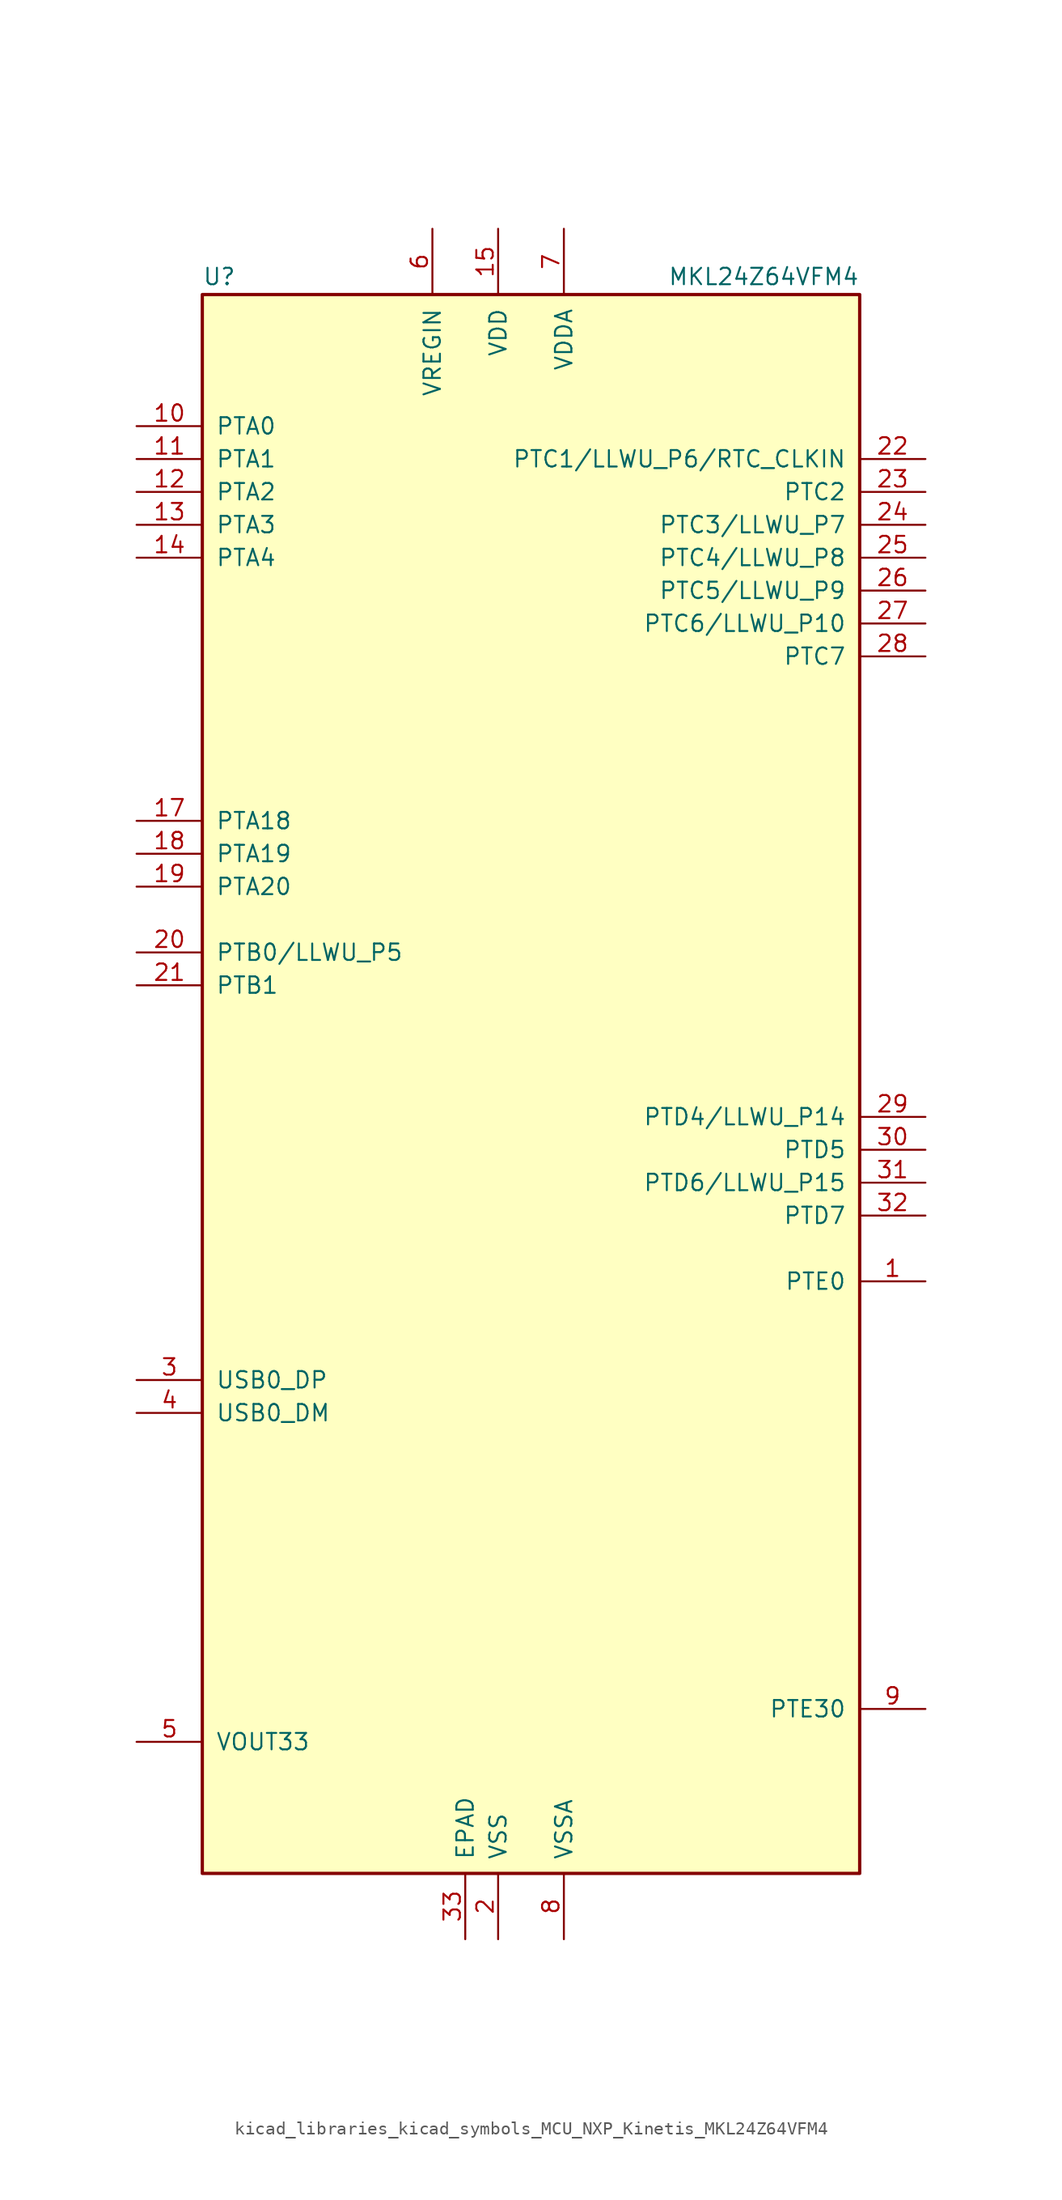
<source format=kicad_sym>
(kicad_symbol_lib
  (version 20220914)
  (generator kicad_symbol_editor)
  (symbol "kicad_libraries_kicad_symbols_MCU_NXP_Kinetis_MKL24Z64VFM4"
    (pin_names
      (offset 1.016))
    (property "Reference" "U"
      (at -25.4 61.595 0)
      (effects (font (size 1.27 1.27)) (justify left bottom)))
    (property "Value" "MKL24Z64VFM4"
      (at 25.4 61.595 0)
      (effects (font (size 1.27 1.27)) (justify right bottom)))
    (symbol "kicad_libraries_kicad_symbols_MCU_NXP_Kinetis_MKL24Z64VFM4_0_1"
      (rectangle (start -25.4 60.96) (end 25.4 -60.96) (stroke (width 0.254) (type default)) (fill (type background))))
    (symbol "kicad_libraries_kicad_symbols_MCU_NXP_Kinetis_MKL24Z64VFM4_1_1"
      (pin bidirectional line (at 30.48 -15.24 180) (length 5.08) (name "PTE0" (effects (font (size 1.27 1.27)))) (number "1" (effects (font (size 1.27 1.27)))))
      (pin bidirectional line (at -30.48 50.8 0) (length 5.08) (name "PTA0" (effects (font (size 1.27 1.27)))) (number "10" (effects (font (size 1.27 1.27)))))
      (pin bidirectional line (at -30.48 48.26 0) (length 5.08) (name "PTA1" (effects (font (size 1.27 1.27)))) (number "11" (effects (font (size 1.27 1.27)))))
      (pin bidirectional line (at -30.48 45.72 0) (length 5.08) (name "PTA2" (effects (font (size 1.27 1.27)))) (number "12" (effects (font (size 1.27 1.27)))))
      (pin bidirectional line (at -30.48 43.18 0) (length 5.08) (name "PTA3" (effects (font (size 1.27 1.27)))) (number "13" (effects (font (size 1.27 1.27)))))
      (pin bidirectional line (at -30.48 40.64 0) (length 5.08) (name "PTA4" (effects (font (size 1.27 1.27)))) (number "14" (effects (font (size 1.27 1.27)))))
      (pin power_in line (at -2.54 66.04 270) (length 5.08) (name "VDD" (effects (font (size 1.27 1.27)))) (number "15" (effects (font (size 1.27 1.27)))))
      (pin passive line (at -2.54 -66.04 90) (length 5.08) hide (name "VSS" (effects (font (size 1.27 1.27)))) (number "16" (effects (font (size 1.27 1.27)))))
      (pin bidirectional line (at -30.48 20.32 0) (length 5.08) (name "PTA18" (effects (font (size 1.27 1.27)))) (number "17" (effects (font (size 1.27 1.27)))))
      (pin bidirectional line (at -30.48 17.78 0) (length 5.08) (name "PTA19" (effects (font (size 1.27 1.27)))) (number "18" (effects (font (size 1.27 1.27)))))
      (pin bidirectional line (at -30.48 15.24 0) (length 5.08) (name "PTA20" (effects (font (size 1.27 1.27)))) (number "19" (effects (font (size 1.27 1.27)))))
      (pin power_in line (at -2.54 -66.04 90) (length 5.08) (name "VSS" (effects (font (size 1.27 1.27)))) (number "2" (effects (font (size 1.27 1.27)))))
      (pin bidirectional line (at -30.48 10.16 0) (length 5.08) (name "PTB0/LLWU_P5" (effects (font (size 1.27 1.27)))) (number "20" (effects (font (size 1.27 1.27)))))
      (pin bidirectional line (at -30.48 7.62 0) (length 5.08) (name "PTB1" (effects (font (size 1.27 1.27)))) (number "21" (effects (font (size 1.27 1.27)))))
      (pin bidirectional line (at 30.48 48.26 180) (length 5.08) (name "PTC1/LLWU_P6/RTC_CLKIN" (effects (font (size 1.27 1.27)))) (number "22" (effects (font (size 1.27 1.27)))))
      (pin bidirectional line (at 30.48 45.72 180) (length 5.08) (name "PTC2" (effects (font (size 1.27 1.27)))) (number "23" (effects (font (size 1.27 1.27)))))
      (pin bidirectional line (at 30.48 43.18 180) (length 5.08) (name "PTC3/LLWU_P7" (effects (font (size 1.27 1.27)))) (number "24" (effects (font (size 1.27 1.27)))))
      (pin bidirectional line (at 30.48 40.64 180) (length 5.08) (name "PTC4/LLWU_P8" (effects (font (size 1.27 1.27)))) (number "25" (effects (font (size 1.27 1.27)))))
      (pin bidirectional line (at 30.48 38.1 180) (length 5.08) (name "PTC5/LLWU_P9" (effects (font (size 1.27 1.27)))) (number "26" (effects (font (size 1.27 1.27)))))
      (pin bidirectional line (at 30.48 35.56 180) (length 5.08) (name "PTC6/LLWU_P10" (effects (font (size 1.27 1.27)))) (number "27" (effects (font (size 1.27 1.27)))))
      (pin bidirectional line (at 30.48 33.02 180) (length 5.08) (name "PTC7" (effects (font (size 1.27 1.27)))) (number "28" (effects (font (size 1.27 1.27)))))
      (pin bidirectional line (at 30.48 -2.54 180) (length 5.08) (name "PTD4/LLWU_P14" (effects (font (size 1.27 1.27)))) (number "29" (effects (font (size 1.27 1.27)))))
      (pin bidirectional line (at -30.48 -22.86 0) (length 5.08) (name "USB0_DP" (effects (font (size 1.27 1.27)))) (number "3" (effects (font (size 1.27 1.27)))))
      (pin bidirectional line (at 30.48 -5.08 180) (length 5.08) (name "PTD5" (effects (font (size 1.27 1.27)))) (number "30" (effects (font (size 1.27 1.27)))))
      (pin bidirectional line (at 30.48 -7.62 180) (length 5.08) (name "PTD6/LLWU_P15" (effects (font (size 1.27 1.27)))) (number "31" (effects (font (size 1.27 1.27)))))
      (pin bidirectional line (at 30.48 -10.16 180) (length 5.08) (name "PTD7" (effects (font (size 1.27 1.27)))) (number "32" (effects (font (size 1.27 1.27)))))
      (pin power_in line (at -5.08 -66.04 90) (length 5.08) (name "EPAD" (effects (font (size 1.27 1.27)))) (number "33" (effects (font (size 1.27 1.27)))))
      (pin bidirectional line (at -30.48 -25.4 0) (length 5.08) (name "USB0_DM" (effects (font (size 1.27 1.27)))) (number "4" (effects (font (size 1.27 1.27)))))
      (pin power_out line (at -30.48 -50.8 0) (length 5.08) (name "VOUT33" (effects (font (size 1.27 1.27)))) (number "5" (effects (font (size 1.27 1.27)))))
      (pin power_in line (at -7.62 66.04 270) (length 5.08) (name "VREGIN" (effects (font (size 1.27 1.27)))) (number "6" (effects (font (size 1.27 1.27)))))
      (pin power_in line (at 2.54 66.04 270) (length 5.08) (name "VDDA" (effects (font (size 1.27 1.27)))) (number "7" (effects (font (size 1.27 1.27)))))
      (pin power_in line (at 2.54 -66.04 90) (length 5.08) (name "VSSA" (effects (font (size 1.27 1.27)))) (number "8" (effects (font (size 1.27 1.27)))))
      (pin bidirectional line (at 30.48 -48.26 180) (length 5.08) (name "PTE30" (effects (font (size 1.27 1.27)))) (number "9" (effects (font (size 1.27 1.27))))))))
</source>
